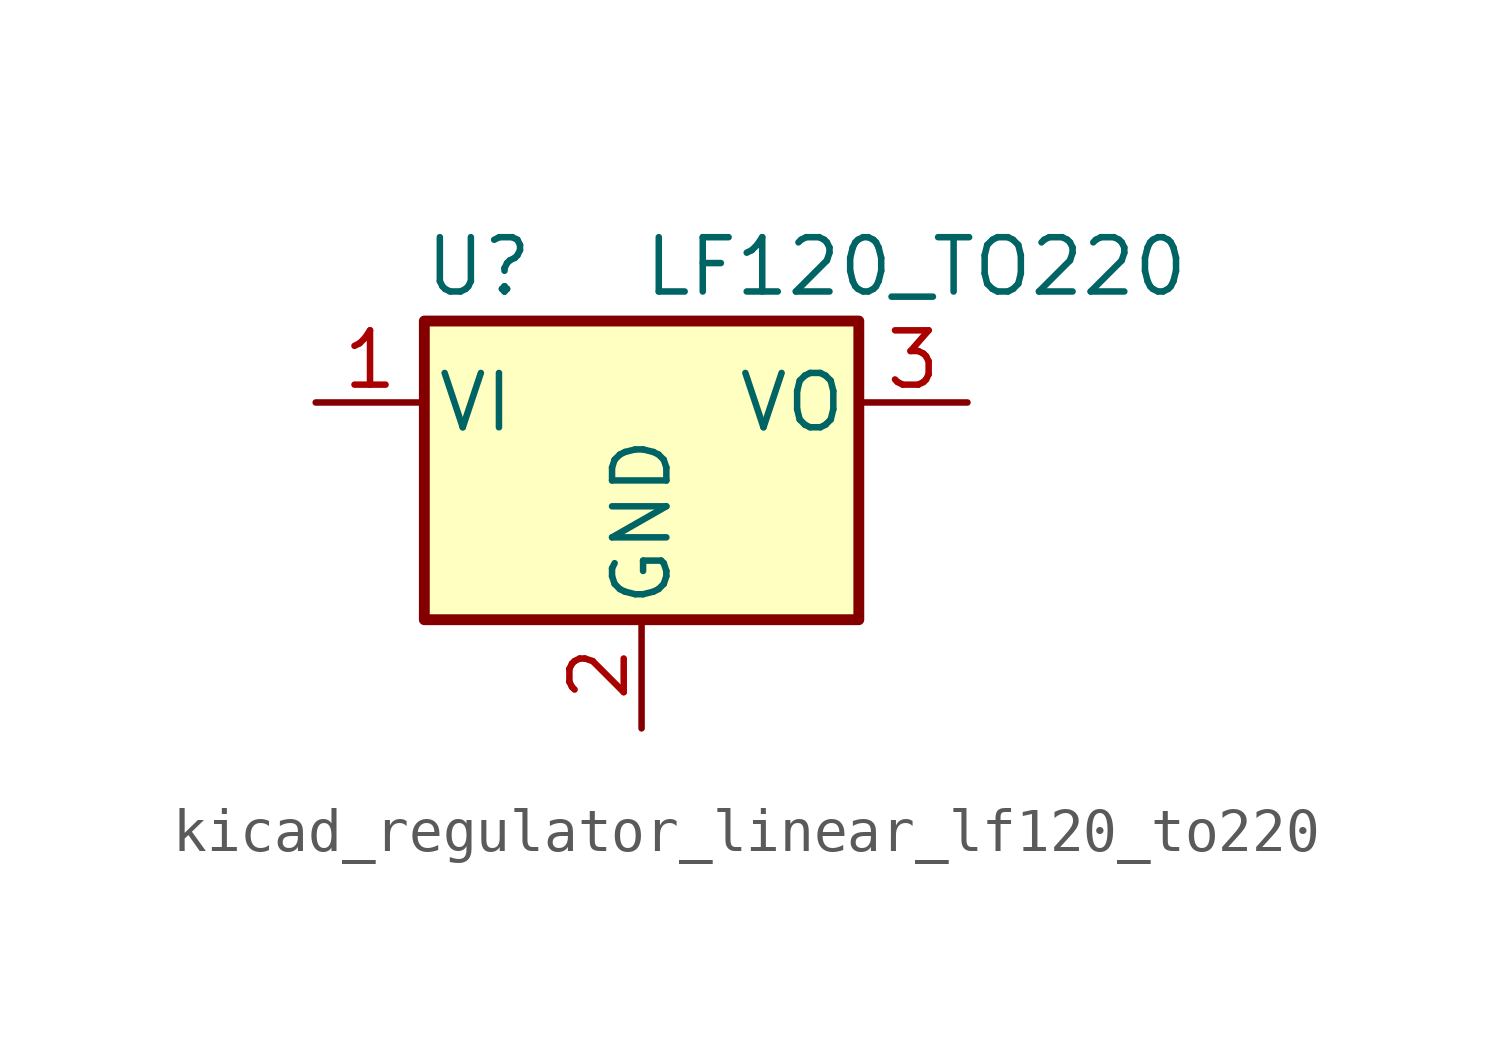
<source format=kicad_sym>
(kicad_symbol_lib
  (version 20220914)
  (generator kicad_symbol_editor)
  (symbol "kicad_regulator_linear_lf120_to220"
    (pin_names
      (offset 0.254))
    (property "Reference" "U"
      (at -3.81 3.175 0)
      (effects (font (size 1.27 1.27))))
    (property "Value" "LF120_TO220"
      (at 0 3.175 0)
      (effects (font (size 1.27 1.27)) (justify left)))
    (symbol "kicad_regulator_linear_lf120_to220_0_1"
      (rectangle (start -5.08 1.905) (end 5.08 -5.08) (stroke (width 0.254) (type default)) (fill (type background))))
    (symbol "kicad_regulator_linear_lf120_to220_1_1"
      (pin power_in line (at -7.62 0 0) (length 2.54) (name "VI" (effects (font (size 1.27 1.27)))) (number "1" (effects (font (size 1.27 1.27)))))
      (pin power_in line (at 0 -7.62 90) (length 2.54) (name "GND" (effects (font (size 1.27 1.27)))) (number "2" (effects (font (size 1.27 1.27)))))
      (pin power_out line (at 7.62 0 180) (length 2.54) (name "VO" (effects (font (size 1.27 1.27)))) (number "3" (effects (font (size 1.27 1.27))))))))
</source>
